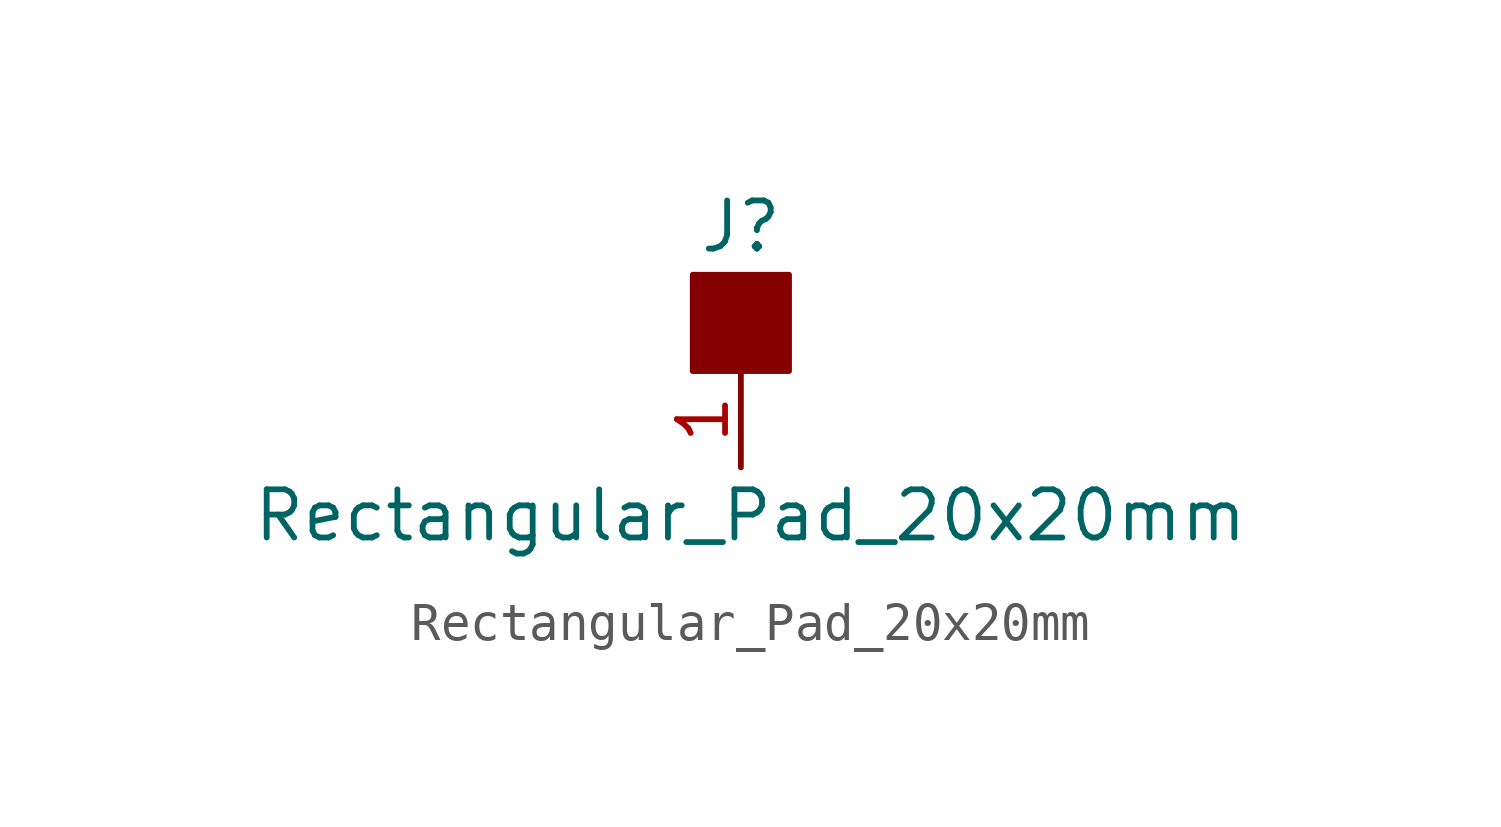
<source format=kicad_sym>
(kicad_symbol_lib
  (version 20231120)
  (generator "kicad_symbol_editor")
  (generator_version "8.0")
  (symbol "Rectangular_Pad_20x20mm"
    (property "Reference" "J"
      (at 0 2.54 0)
      (effects (font (size 1.27 1.27))))
    (property "Value" "Rectangular_Pad_20x20mm"
      (at 0.254 -5.08 0)
      (effects (font (size 1.27 1.27))))
    (symbol "Rectangular_Pad_20x20mm_1_1"
      (rectangle (start -1.27 1.27) (end 1.27 -1.27) (stroke (width 0) (type default)) (fill (type outline)))
      (pin input line (at 0 -3.81 90) (length 2.54) (name "" (effects (font (size 1.27 1.27)))) (number "1" (effects (font (size 1.27 1.27))))))))
</source>
